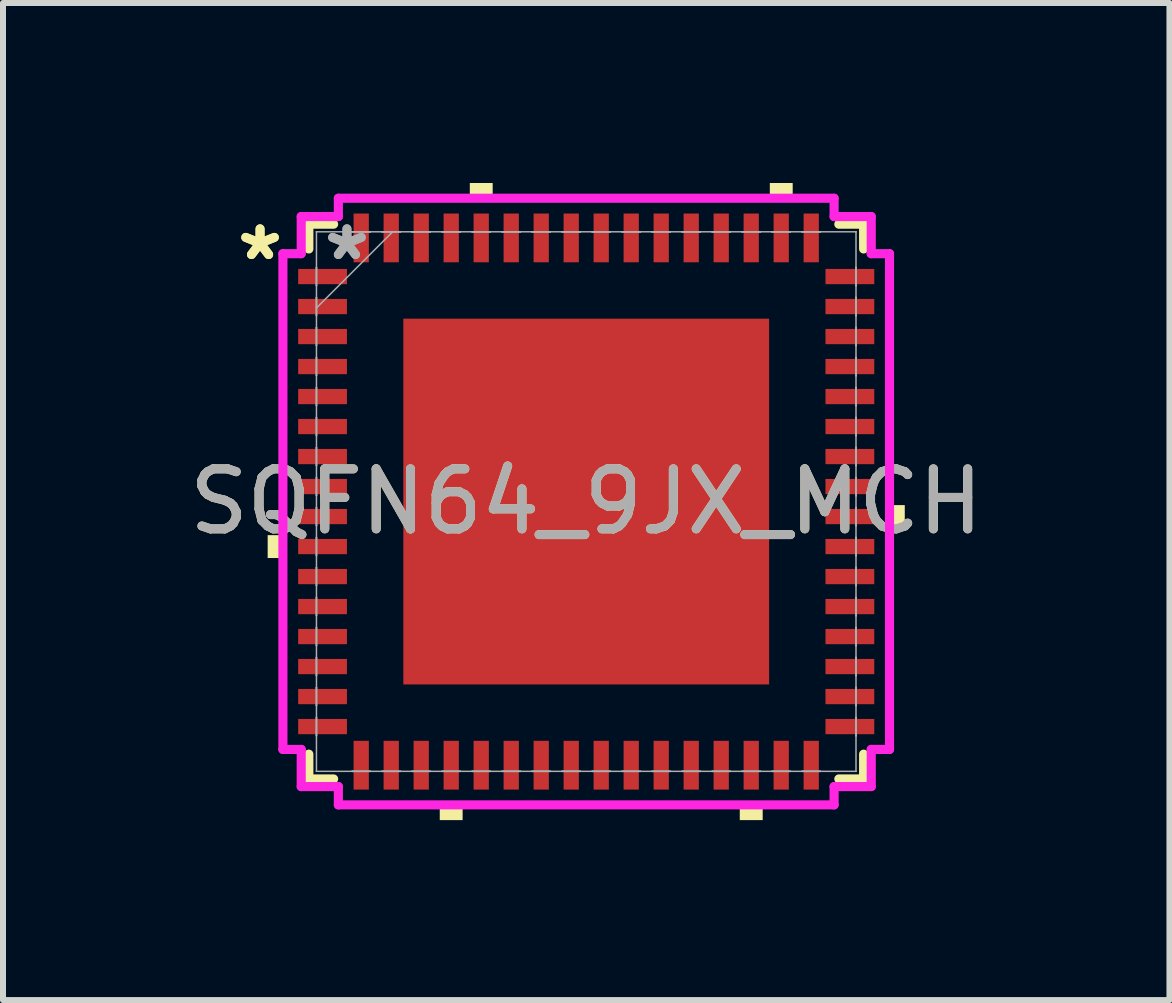
<source format=kicad_pcb>
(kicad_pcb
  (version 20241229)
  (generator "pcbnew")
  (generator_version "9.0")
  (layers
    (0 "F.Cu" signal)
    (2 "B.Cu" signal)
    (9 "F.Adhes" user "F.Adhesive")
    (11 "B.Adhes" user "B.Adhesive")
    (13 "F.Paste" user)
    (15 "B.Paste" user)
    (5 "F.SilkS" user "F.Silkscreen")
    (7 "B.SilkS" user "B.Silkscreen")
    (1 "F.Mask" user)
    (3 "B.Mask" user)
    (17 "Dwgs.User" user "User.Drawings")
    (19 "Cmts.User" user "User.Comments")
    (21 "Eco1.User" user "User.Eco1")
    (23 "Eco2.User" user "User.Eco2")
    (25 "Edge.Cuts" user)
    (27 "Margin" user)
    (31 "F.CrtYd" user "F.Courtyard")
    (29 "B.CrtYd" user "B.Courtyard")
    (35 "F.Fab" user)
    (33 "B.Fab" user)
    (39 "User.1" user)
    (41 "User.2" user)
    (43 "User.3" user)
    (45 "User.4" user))
  (footprint "SQFN64_9JX_MCH"
    (layer "F.Cu")
    (at 6.72 5.309)
    (property "Reference" "SQFN64_9JX_MCH" (at 0 0 0) (unlocked yes) (layer "F.SilkS") (effects (font (size 1 1) (thickness 0.15))))
    (attr smd)
    (fp_line (start -4.623 -4.623) (end -4.623 -4.21) (stroke (width 0.152) (type solid)) (layer "F.SilkS"))
    (fp_line (start -4.623 4.21) (end -4.623 4.623) (stroke (width 0.152) (type solid)) (layer "F.SilkS"))
    (fp_line (start -4.623 4.623) (end -4.21 4.623) (stroke (width 0.152) (type solid)) (layer "F.SilkS"))
    (fp_line (start -4.21 -4.623) (end -4.623 -4.623) (stroke (width 0.152) (type solid)) (layer "F.SilkS"))
    (fp_line (start 4.21 4.623) (end 4.623 4.623) (stroke (width 0.152) (type solid)) (layer "F.SilkS"))
    (fp_line (start 4.623 -4.623) (end 4.21 -4.623) (stroke (width 0.152) (type solid)) (layer "F.SilkS"))
    (fp_line (start 4.623 -4.21) (end 4.623 -4.623) (stroke (width 0.152) (type solid)) (layer "F.SilkS"))
    (fp_line (start 4.623 4.623) (end 4.623 4.21) (stroke (width 0.152) (type solid)) (layer "F.SilkS"))
    (fp_poly (pts (xy -5.309 0.56) (xy -5.309 0.941) (xy -5.055 0.941) (xy -5.055 0.56)) (stroke (width 0) (type solid)) (fill yes) (layer "F.SilkS"))
    (fp_poly (pts (xy -2.441 5.055) (xy -2.441 5.309) (xy -2.06 5.309) (xy -2.06 5.055)) (stroke (width 0) (type solid)) (fill yes) (layer "F.SilkS"))
    (fp_poly (pts (xy -1.94 -5.055) (xy -1.94 -5.309) (xy -1.559 -5.309) (xy -1.559 -5.055)) (stroke (width 0) (type solid)) (fill yes) (layer "F.SilkS"))
    (fp_poly (pts (xy 2.559 5.055) (xy 2.559 5.309) (xy 2.941 5.309) (xy 2.941 5.055)) (stroke (width 0) (type solid)) (fill yes) (layer "F.SilkS"))
    (fp_poly (pts (xy 3.06 -5.055) (xy 3.06 -5.309) (xy 3.441 -5.309) (xy 3.441 -5.055)) (stroke (width 0) (type solid)) (fill yes) (layer "F.SilkS"))
    (fp_poly (pts (xy 5.309 0.059) (xy 5.309 0.441) (xy 5.055 0.441) (xy 5.055 0.059)) (stroke (width 0) (type solid)) (fill yes) (layer "F.SilkS"))
    (fp_poly (pts (xy -2.948 -2.948) (xy -2.948 -1.624) (xy -1.624 -1.624) (xy -1.624 -2.948)) (stroke (width 0) (type solid)) (fill yes) (layer "F.Paste"))
    (fp_poly (pts (xy -2.948 -1.424) (xy -2.948 -0.1) (xy -1.624 -0.1) (xy -1.624 -1.424)) (stroke (width 0) (type solid)) (fill yes) (layer "F.Paste"))
    (fp_poly (pts (xy -2.948 0.1) (xy -2.948 1.424) (xy -1.624 1.424) (xy -1.624 0.1)) (stroke (width 0) (type solid)) (fill yes) (layer "F.Paste"))
    (fp_poly (pts (xy -2.948 1.624) (xy -2.948 2.948) (xy -1.624 2.948) (xy -1.624 1.624)) (stroke (width 0) (type solid)) (fill yes) (layer "F.Paste"))
    (fp_poly (pts (xy -1.424 -2.948) (xy -1.424 -1.624) (xy -0.1 -1.624) (xy -0.1 -2.948)) (stroke (width 0) (type solid)) (fill yes) (layer "F.Paste"))
    (fp_poly (pts (xy -1.424 -1.424) (xy -1.424 -0.1) (xy -0.1 -0.1) (xy -0.1 -1.424)) (stroke (width 0) (type solid)) (fill yes) (layer "F.Paste"))
    (fp_poly (pts (xy -1.424 0.1) (xy -1.424 1.424) (xy -0.1 1.424) (xy -0.1 0.1)) (stroke (width 0) (type solid)) (fill yes) (layer "F.Paste"))
    (fp_poly (pts (xy -1.424 1.624) (xy -1.424 2.948) (xy -0.1 2.948) (xy -0.1 1.624)) (stroke (width 0) (type solid)) (fill yes) (layer "F.Paste"))
    (fp_poly (pts (xy 0.1 -2.948) (xy 0.1 -1.624) (xy 1.424 -1.624) (xy 1.424 -2.948)) (stroke (width 0) (type solid)) (fill yes) (layer "F.Paste"))
    (fp_poly (pts (xy 0.1 -1.424) (xy 0.1 -0.1) (xy 1.424 -0.1) (xy 1.424 -1.424)) (stroke (width 0) (type solid)) (fill yes) (layer "F.Paste"))
    (fp_poly (pts (xy 0.1 0.1) (xy 0.1 1.424) (xy 1.424 1.424) (xy 1.424 0.1)) (stroke (width 0) (type solid)) (fill yes) (layer "F.Paste"))
    (fp_poly (pts (xy 0.1 1.624) (xy 0.1 2.948) (xy 1.424 2.948) (xy 1.424 1.624)) (stroke (width 0) (type solid)) (fill yes) (layer "F.Paste"))
    (fp_poly (pts (xy 1.624 -2.948) (xy 1.624 -1.624) (xy 2.948 -1.624) (xy 2.948 -2.948)) (stroke (width 0) (type solid)) (fill yes) (layer "F.Paste"))
    (fp_poly (pts (xy 1.624 -1.424) (xy 1.624 -0.1) (xy 2.948 -0.1) (xy 2.948 -1.424)) (stroke (width 0) (type solid)) (fill yes) (layer "F.Paste"))
    (fp_poly (pts (xy 1.624 0.1) (xy 1.624 1.424) (xy 2.948 1.424) (xy 2.948 0.1)) (stroke (width 0) (type solid)) (fill yes) (layer "F.Paste"))
    (fp_poly (pts (xy 1.624 1.624) (xy 1.624 2.948) (xy 2.948 2.948) (xy 2.948 1.624)) (stroke (width 0) (type solid)) (fill yes) (layer "F.Paste"))
    (fp_line (start -5.055 -4.131) (end -4.75 -4.131) (stroke (width 0.152) (type solid)) (layer "F.CrtYd"))
    (fp_line (start -5.055 4.131) (end -5.055 -4.131) (stroke (width 0.152) (type solid)) (layer "F.CrtYd"))
    (fp_line (start -4.75 -4.75) (end -4.131 -4.75) (stroke (width 0.152) (type solid)) (layer "F.CrtYd"))
    (fp_line (start -4.75 -4.131) (end -4.75 -4.75) (stroke (width 0.152) (type solid)) (layer "F.CrtYd"))
    (fp_line (start -4.75 4.131) (end -5.055 4.131) (stroke (width 0.152) (type solid)) (layer "F.CrtYd"))
    (fp_line (start -4.75 4.75) (end -4.75 4.131) (stroke (width 0.152) (type solid)) (layer "F.CrtYd"))
    (fp_line (start -4.131 -5.055) (end 4.131 -5.055) (stroke (width 0.152) (type solid)) (layer "F.CrtYd"))
    (fp_line (start -4.131 -4.75) (end -4.131 -5.055) (stroke (width 0.152) (type solid)) (layer "F.CrtYd"))
    (fp_line (start -4.131 4.75) (end -4.75 4.75) (stroke (width 0.152) (type solid)) (layer "F.CrtYd"))
    (fp_line (start -4.131 5.055) (end -4.131 4.75) (stroke (width 0.152) (type solid)) (layer "F.CrtYd"))
    (fp_line (start 4.131 -5.055) (end 4.131 -4.75) (stroke (width 0.152) (type solid)) (layer "F.CrtYd"))
    (fp_line (start 4.131 -4.75) (end 4.75 -4.75) (stroke (width 0.152) (type solid)) (layer "F.CrtYd"))
    (fp_line (start 4.131 4.75) (end 4.131 5.055) (stroke (width 0.152) (type solid)) (layer "F.CrtYd"))
    (fp_line (start 4.131 5.055) (end -4.131 5.055) (stroke (width 0.152) (type solid)) (layer "F.CrtYd"))
    (fp_line (start 4.75 -4.75) (end 4.75 -4.131) (stroke (width 0.152) (type solid)) (layer "F.CrtYd"))
    (fp_line (start 4.75 -4.131) (end 5.055 -4.131) (stroke (width 0.152) (type solid)) (layer "F.CrtYd"))
    (fp_line (start 4.75 4.131) (end 4.75 4.75) (stroke (width 0.152) (type solid)) (layer "F.CrtYd"))
    (fp_line (start 4.75 4.75) (end 4.131 4.75) (stroke (width 0.152) (type solid)) (layer "F.CrtYd"))
    (fp_line (start 5.055 -4.131) (end 5.055 4.131) (stroke (width 0.152) (type solid)) (layer "F.CrtYd"))
    (fp_line (start 5.055 4.131) (end 4.75 4.131) (stroke (width 0.152) (type solid)) (layer "F.CrtYd"))
    (fp_line (start -4.496 -4.496) (end -4.496 -4.496) (stroke (width 0.025) (type solid)) (layer "F.Fab"))
    (fp_line (start -4.496 -4.496) (end -4.496 4.496) (stroke (width 0.025) (type solid)) (layer "F.Fab"))
    (fp_line (start -4.496 -3.902) (end -4.496 -3.902) (stroke (width 0.025) (type solid)) (layer "F.Fab"))
    (fp_line (start -4.496 -3.902) (end -4.496 -3.598) (stroke (width 0.025) (type solid)) (layer "F.Fab"))
    (fp_line (start -4.496 -3.598) (end -4.496 -3.902) (stroke (width 0.025) (type solid)) (layer "F.Fab"))
    (fp_line (start -4.496 -3.598) (end -4.496 -3.598) (stroke (width 0.025) (type solid)) (layer "F.Fab"))
    (fp_line (start -4.496 -3.402) (end -4.496 -3.402) (stroke (width 0.025) (type solid)) (layer "F.Fab"))
    (fp_line (start -4.496 -3.402) (end -4.496 -3.098) (stroke (width 0.025) (type solid)) (layer "F.Fab"))
    (fp_line (start -4.496 -3.226) (end -3.226 -4.496) (stroke (width 0.025) (type solid)) (layer "F.Fab"))
    (fp_line (start -4.496 -3.098) (end -4.496 -3.402) (stroke (width 0.025) (type solid)) (layer "F.Fab"))
    (fp_line (start -4.496 -3.098) (end -4.496 -3.098) (stroke (width 0.025) (type solid)) (layer "F.Fab"))
    (fp_line (start -4.496 -2.902) (end -4.496 -2.902) (stroke (width 0.025) (type solid)) (layer "F.Fab"))
    (fp_line (start -4.496 -2.902) (end -4.496 -2.598) (stroke (width 0.025) (type solid)) (layer "F.Fab"))
    (fp_line (start -4.496 -2.598) (end -4.496 -2.902) (stroke (width 0.025) (type solid)) (layer "F.Fab"))
    (fp_line (start -4.496 -2.598) (end -4.496 -2.598) (stroke (width 0.025) (type solid)) (layer "F.Fab"))
    (fp_line (start -4.496 -2.402) (end -4.496 -2.402) (stroke (width 0.025) (type solid)) (layer "F.Fab"))
    (fp_line (start -4.496 -2.402) (end -4.496 -2.098) (stroke (width 0.025) (type solid)) (layer "F.Fab"))
    (fp_line (start -4.496 -2.098) (end -4.496 -2.402) (stroke (width 0.025) (type solid)) (layer "F.Fab"))
    (fp_line (start -4.496 -2.098) (end -4.496 -2.098) (stroke (width 0.025) (type solid)) (layer "F.Fab"))
    (fp_line (start -4.496 -1.902) (end -4.496 -1.902) (stroke (width 0.025) (type solid)) (layer "F.Fab"))
    (fp_line (start -4.496 -1.902) (end -4.496 -1.598) (stroke (width 0.025) (type solid)) (layer "F.Fab"))
    (fp_line (start -4.496 -1.598) (end -4.496 -1.902) (stroke (width 0.025) (type solid)) (layer "F.Fab"))
    (fp_line (start -4.496 -1.598) (end -4.496 -1.598) (stroke (width 0.025) (type solid)) (layer "F.Fab"))
    (fp_line (start -4.496 -1.402) (end -4.496 -1.402) (stroke (width 0.025) (type solid)) (layer "F.Fab"))
    (fp_line (start -4.496 -1.402) (end -4.496 -1.098) (stroke (width 0.025) (type solid)) (layer "F.Fab"))
    (fp_line (start -4.496 -1.098) (end -4.496 -1.402) (stroke (width 0.025) (type solid)) (layer "F.Fab"))
    (fp_line (start -4.496 -1.098) (end -4.496 -1.098) (stroke (width 0.025) (type solid)) (layer "F.Fab"))
    (fp_line (start -4.496 -0.902) (end -4.496 -0.902) (stroke (width 0.025) (type solid)) (layer "F.Fab"))
    (fp_line (start -4.496 -0.902) (end -4.496 -0.598) (stroke (width 0.025) (type solid)) (layer "F.Fab"))
    (fp_line (start -4.496 -0.598) (end -4.496 -0.902) (stroke (width 0.025) (type solid)) (layer "F.Fab"))
    (fp_line (start -4.496 -0.598) (end -4.496 -0.598) (stroke (width 0.025) (type solid)) (layer "F.Fab"))
    (fp_line (start -4.496 -0.402) (end -4.496 -0.402) (stroke (width 0.025) (type solid)) (layer "F.Fab"))
    (fp_line (start -4.496 -0.402) (end -4.496 -0.098) (stroke (width 0.025) (type solid)) (layer "F.Fab"))
    (fp_line (start -4.496 -0.098) (end -4.496 -0.402) (stroke (width 0.025) (type solid)) (layer "F.Fab"))
    (fp_line (start -4.496 -0.098) (end -4.496 -0.098) (stroke (width 0.025) (type solid)) (layer "F.Fab"))
    (fp_line (start -4.496 0.098) (end -4.496 0.098) (stroke (width 0.025) (type solid)) (layer "F.Fab"))
    (fp_line (start -4.496 0.098) (end -4.496 0.402) (stroke (width 0.025) (type solid)) (layer "F.Fab"))
    (fp_line (start -4.496 0.402) (end -4.496 0.098) (stroke (width 0.025) (type solid)) (layer "F.Fab"))
    (fp_line (start -4.496 0.402) (end -4.496 0.402) (stroke (width 0.025) (type solid)) (layer "F.Fab"))
    (fp_line (start -4.496 0.598) (end -4.496 0.598) (stroke (width 0.025) (type solid)) (layer "F.Fab"))
    (fp_line (start -4.496 0.598) (end -4.496 0.902) (stroke (width 0.025) (type solid)) (layer "F.Fab"))
    (fp_line (start -4.496 0.902) (end -4.496 0.598) (stroke (width 0.025) (type solid)) (layer "F.Fab"))
    (fp_line (start -4.496 0.902) (end -4.496 0.902) (stroke (width 0.025) (type solid)) (layer "F.Fab"))
    (fp_line (start -4.496 1.098) (end -4.496 1.098) (stroke (width 0.025) (type solid)) (layer "F.Fab"))
    (fp_line (start -4.496 1.098) (end -4.496 1.402) (stroke (width 0.025) (type solid)) (layer "F.Fab"))
    (fp_line (start -4.496 1.402) (end -4.496 1.098) (stroke (width 0.025) (type solid)) (layer "F.Fab"))
    (fp_line (start -4.496 1.402) (end -4.496 1.402) (stroke (width 0.025) (type solid)) (layer "F.Fab"))
    (fp_line (start -4.496 1.598) (end -4.496 1.598) (stroke (width 0.025) (type solid)) (layer "F.Fab"))
    (fp_line (start -4.496 1.598) (end -4.496 1.902) (stroke (width 0.025) (type solid)) (layer "F.Fab"))
    (fp_line (start -4.496 1.902) (end -4.496 1.598) (stroke (width 0.025) (type solid)) (layer "F.Fab"))
    (fp_line (start -4.496 1.902) (end -4.496 1.902) (stroke (width 0.025) (type solid)) (layer "F.Fab"))
    (fp_line (start -4.496 2.098) (end -4.496 2.098) (stroke (width 0.025) (type solid)) (layer "F.Fab"))
    (fp_line (start -4.496 2.098) (end -4.496 2.402) (stroke (width 0.025) (type solid)) (layer "F.Fab"))
    (fp_line (start -4.496 2.402) (end -4.496 2.098) (stroke (width 0.025) (type solid)) (layer "F.Fab"))
    (fp_line (start -4.496 2.402) (end -4.496 2.402) (stroke (width 0.025) (type solid)) (layer "F.Fab"))
    (fp_line (start -4.496 2.598) (end -4.496 2.598) (stroke (width 0.025) (type solid)) (layer "F.Fab"))
    (fp_line (start -4.496 2.598) (end -4.496 2.902) (stroke (width 0.025) (type solid)) (layer "F.Fab"))
    (fp_line (start -4.496 2.902) (end -4.496 2.598) (stroke (width 0.025) (type solid)) (layer "F.Fab"))
    (fp_line (start -4.496 2.902) (end -4.496 2.902) (stroke (width 0.025) (type solid)) (layer "F.Fab"))
    (fp_line (start -4.496 3.098) (end -4.496 3.098) (stroke (width 0.025) (type solid)) (layer "F.Fab"))
    (fp_line (start -4.496 3.098) (end -4.496 3.402) (stroke (width 0.025) (type solid)) (layer "F.Fab"))
    (fp_line (start -4.496 3.402) (end -4.496 3.098) (stroke (width 0.025) (type solid)) (layer "F.Fab"))
    (fp_line (start -4.496 3.402) (end -4.496 3.402) (stroke (width 0.025) (type solid)) (layer "F.Fab"))
    (fp_line (start -4.496 3.598) (end -4.496 3.598) (stroke (width 0.025) (type solid)) (layer "F.Fab"))
    (fp_line (start -4.496 3.598) (end -4.496 3.902) (stroke (width 0.025) (type solid)) (layer "F.Fab"))
    (fp_line (start -4.496 3.902) (end -4.496 3.598) (stroke (width 0.025) (type solid)) (layer "F.Fab"))
    (fp_line (start -4.496 3.902) (end -4.496 3.902) (stroke (width 0.025) (type solid)) (layer "F.Fab"))
    (fp_line (start -4.496 4.496) (end -4.496 4.496) (stroke (width 0.025) (type solid)) (layer "F.Fab"))
    (fp_line (start -4.496 4.496) (end 4.496 4.496) (stroke (width 0.025) (type solid)) (layer "F.Fab"))
    (fp_line (start -3.902 -4.496) (end -3.902 -4.496) (stroke (width 0.025) (type solid)) (layer "F.Fab"))
    (fp_line (start -3.902 -4.496) (end -3.598 -4.496) (stroke (width 0.025) (type solid)) (layer "F.Fab"))
    (fp_line (start -3.902 4.496) (end -3.902 4.496) (stroke (width 0.025) (type solid)) (layer "F.Fab"))
    (fp_line (start -3.902 4.496) (end -3.598 4.496) (stroke (width 0.025) (type solid)) (layer "F.Fab"))
    (fp_line (start -3.598 -4.496) (end -3.902 -4.496) (stroke (width 0.025) (type solid)) (layer "F.Fab"))
    (fp_line (start -3.598 -4.496) (end -3.598 -4.496) (stroke (width 0.025) (type solid)) (layer "F.Fab"))
    (fp_line (start -3.598 4.496) (end -3.902 4.496) (stroke (width 0.025) (type solid)) (layer "F.Fab"))
    (fp_line (start -3.598 4.496) (end -3.598 4.496) (stroke (width 0.025) (type solid)) (layer "F.Fab"))
    (fp_line (start -3.402 -4.496) (end -3.402 -4.496) (stroke (width 0.025) (type solid)) (layer "F.Fab"))
    (fp_line (start -3.402 -4.496) (end -3.098 -4.496) (stroke (width 0.025) (type solid)) (layer "F.Fab"))
    (fp_line (start -3.402 4.496) (end -3.402 4.496) (stroke (width 0.025) (type solid)) (layer "F.Fab"))
    (fp_line (start -3.402 4.496) (end -3.098 4.496) (stroke (width 0.025) (type solid)) (layer "F.Fab"))
    (fp_line (start -3.098 -4.496) (end -3.402 -4.496) (stroke (width 0.025) (type solid)) (layer "F.Fab"))
    (fp_line (start -3.098 -4.496) (end -3.098 -4.496) (stroke (width 0.025) (type solid)) (layer "F.Fab"))
    (fp_line (start -3.098 4.496) (end -3.402 4.496) (stroke (width 0.025) (type solid)) (layer "F.Fab"))
    (fp_line (start -3.098 4.496) (end -3.098 4.496) (stroke (width 0.025) (type solid)) (layer "F.Fab"))
    (fp_line (start -2.902 -4.496) (end -2.902 -4.496) (stroke (width 0.025) (type solid)) (layer "F.Fab"))
    (fp_line (start -2.902 -4.496) (end -2.598 -4.496) (stroke (width 0.025) (type solid)) (layer "F.Fab"))
    (fp_line (start -2.902 4.496) (end -2.902 4.496) (stroke (width 0.025) (type solid)) (layer "F.Fab"))
    (fp_line (start -2.902 4.496) (end -2.598 4.496) (stroke (width 0.025) (type solid)) (layer "F.Fab"))
    (fp_line (start -2.598 -4.496) (end -2.902 -4.496) (stroke (width 0.025) (type solid)) (layer "F.Fab"))
    (fp_line (start -2.598 -4.496) (end -2.598 -4.496) (stroke (width 0.025) (type solid)) (layer "F.Fab"))
    (fp_line (start -2.598 4.496) (end -2.902 4.496) (stroke (width 0.025) (type solid)) (layer "F.Fab"))
    (fp_line (start -2.598 4.496) (end -2.598 4.496) (stroke (width 0.025) (type solid)) (layer "F.Fab"))
    (fp_line (start -2.402 -4.496) (end -2.402 -4.496) (stroke (width 0.025) (type solid)) (layer "F.Fab"))
    (fp_line (start -2.402 -4.496) (end -2.098 -4.496) (stroke (width 0.025) (type solid)) (layer "F.Fab"))
    (fp_line (start -2.402 4.496) (end -2.402 4.496) (stroke (width 0.025) (type solid)) (layer "F.Fab"))
    (fp_line (start -2.402 4.496) (end -2.098 4.496) (stroke (width 0.025) (type solid)) (layer "F.Fab"))
    (fp_line (start -2.098 -4.496) (end -2.402 -4.496) (stroke (width 0.025) (type solid)) (layer "F.Fab"))
    (fp_line (start -2.098 -4.496) (end -2.098 -4.496) (stroke (width 0.025) (type solid)) (layer "F.Fab"))
    (fp_line (start -2.098 4.496) (end -2.402 4.496) (stroke (width 0.025) (type solid)) (layer "F.Fab"))
    (fp_line (start -2.098 4.496) (end -2.098 4.496) (stroke (width 0.025) (type solid)) (layer "F.Fab"))
    (fp_line (start -1.902 -4.496) (end -1.902 -4.496) (stroke (width 0.025) (type solid)) (layer "F.Fab"))
    (fp_line (start -1.902 -4.496) (end -1.598 -4.496) (stroke (width 0.025) (type solid)) (layer "F.Fab"))
    (fp_line (start -1.902 4.496) (end -1.902 4.496) (stroke (width 0.025) (type solid)) (layer "F.Fab"))
    (fp_line (start -1.902 4.496) (end -1.598 4.496) (stroke (width 0.025) (type solid)) (layer "F.Fab"))
    (fp_line (start -1.598 -4.496) (end -1.902 -4.496) (stroke (width 0.025) (type solid)) (layer "F.Fab"))
    (fp_line (start -1.598 -4.496) (end -1.598 -4.496) (stroke (width 0.025) (type solid)) (layer "F.Fab"))
    (fp_line (start -1.598 4.496) (end -1.902 4.496) (stroke (width 0.025) (type solid)) (layer "F.Fab"))
    (fp_line (start -1.598 4.496) (end -1.598 4.496) (stroke (width 0.025) (type solid)) (layer "F.Fab"))
    (fp_line (start -1.402 -4.496) (end -1.402 -4.496) (stroke (width 0.025) (type solid)) (layer "F.Fab"))
    (fp_line (start -1.402 -4.496) (end -1.098 -4.496) (stroke (width 0.025) (type solid)) (layer "F.Fab"))
    (fp_line (start -1.402 4.496) (end -1.402 4.496) (stroke (width 0.025) (type solid)) (layer "F.Fab"))
    (fp_line (start -1.402 4.496) (end -1.098 4.496) (stroke (width 0.025) (type solid)) (layer "F.Fab"))
    (fp_line (start -1.098 -4.496) (end -1.402 -4.496) (stroke (width 0.025) (type solid)) (layer "F.Fab"))
    (fp_line (start -1.098 -4.496) (end -1.098 -4.496) (stroke (width 0.025) (type solid)) (layer "F.Fab"))
    (fp_line (start -1.098 4.496) (end -1.402 4.496) (stroke (width 0.025) (type solid)) (layer "F.Fab"))
    (fp_line (start -1.098 4.496) (end -1.098 4.496) (stroke (width 0.025) (type solid)) (layer "F.Fab"))
    (fp_line (start -0.902 -4.496) (end -0.902 -4.496) (stroke (width 0.025) (type solid)) (layer "F.Fab"))
    (fp_line (start -0.902 -4.496) (end -0.598 -4.496) (stroke (width 0.025) (type solid)) (layer "F.Fab"))
    (fp_line (start -0.902 4.496) (end -0.902 4.496) (stroke (width 0.025) (type solid)) (layer "F.Fab"))
    (fp_line (start -0.902 4.496) (end -0.598 4.496) (stroke (width 0.025) (type solid)) (layer "F.Fab"))
    (fp_line (start -0.598 -4.496) (end -0.902 -4.496) (stroke (width 0.025) (type solid)) (layer "F.Fab"))
    (fp_line (start -0.598 -4.496) (end -0.598 -4.496) (stroke (width 0.025) (type solid)) (layer "F.Fab"))
    (fp_line (start -0.598 4.496) (end -0.902 4.496) (stroke (width 0.025) (type solid)) (layer "F.Fab"))
    (fp_line (start -0.598 4.496) (end -0.598 4.496) (stroke (width 0.025) (type solid)) (layer "F.Fab"))
    (fp_line (start -0.402 -4.496) (end -0.402 -4.496) (stroke (width 0.025) (type solid)) (layer "F.Fab"))
    (fp_line (start -0.402 -4.496) (end -0.098 -4.496) (stroke (width 0.025) (type solid)) (layer "F.Fab"))
    (fp_line (start -0.402 4.496) (end -0.402 4.496) (stroke (width 0.025) (type solid)) (layer "F.Fab"))
    (fp_line (start -0.402 4.496) (end -0.098 4.496) (stroke (width 0.025) (type solid)) (layer "F.Fab"))
    (fp_line (start -0.098 -4.496) (end -0.402 -4.496) (stroke (width 0.025) (type solid)) (layer "F.Fab"))
    (fp_line (start -0.098 -4.496) (end -0.098 -4.496) (stroke (width 0.025) (type solid)) (layer "F.Fab"))
    (fp_line (start -0.098 4.496) (end -0.402 4.496) (stroke (width 0.025) (type solid)) (layer "F.Fab"))
    (fp_line (start -0.098 4.496) (end -0.098 4.496) (stroke (width 0.025) (type solid)) (layer "F.Fab"))
    (fp_line (start 0.098 -4.496) (end 0.098 -4.496) (stroke (width 0.025) (type solid)) (layer "F.Fab"))
    (fp_line (start 0.098 -4.496) (end 0.402 -4.496) (stroke (width 0.025) (type solid)) (layer "F.Fab"))
    (fp_line (start 0.098 4.496) (end 0.098 4.496) (stroke (width 0.025) (type solid)) (layer "F.Fab"))
    (fp_line (start 0.098 4.496) (end 0.402 4.496) (stroke (width 0.025) (type solid)) (layer "F.Fab"))
    (fp_line (start 0.402 -4.496) (end 0.098 -4.496) (stroke (width 0.025) (type solid)) (layer "F.Fab"))
    (fp_line (start 0.402 -4.496) (end 0.402 -4.496) (stroke (width 0.025) (type solid)) (layer "F.Fab"))
    (fp_line (start 0.402 4.496) (end 0.098 4.496) (stroke (width 0.025) (type solid)) (layer "F.Fab"))
    (fp_line (start 0.402 4.496) (end 0.402 4.496) (stroke (width 0.025) (type solid)) (layer "F.Fab"))
    (fp_line (start 0.598 -4.496) (end 0.598 -4.496) (stroke (width 0.025) (type solid)) (layer "F.Fab"))
    (fp_line (start 0.598 -4.496) (end 0.902 -4.496) (stroke (width 0.025) (type solid)) (layer "F.Fab"))
    (fp_line (start 0.598 4.496) (end 0.598 4.496) (stroke (width 0.025) (type solid)) (layer "F.Fab"))
    (fp_line (start 0.598 4.496) (end 0.902 4.496) (stroke (width 0.025) (type solid)) (layer "F.Fab"))
    (fp_line (start 0.902 -4.496) (end 0.598 -4.496) (stroke (width 0.025) (type solid)) (layer "F.Fab"))
    (fp_line (start 0.902 -4.496) (end 0.902 -4.496) (stroke (width 0.025) (type solid)) (layer "F.Fab"))
    (fp_line (start 0.902 4.496) (end 0.598 4.496) (stroke (width 0.025) (type solid)) (layer "F.Fab"))
    (fp_line (start 0.902 4.496) (end 0.902 4.496) (stroke (width 0.025) (type solid)) (layer "F.Fab"))
    (fp_line (start 1.098 -4.496) (end 1.098 -4.496) (stroke (width 0.025) (type solid)) (layer "F.Fab"))
    (fp_line (start 1.098 -4.496) (end 1.402 -4.496) (stroke (width 0.025) (type solid)) (layer "F.Fab"))
    (fp_line (start 1.098 4.496) (end 1.098 4.496) (stroke (width 0.025) (type solid)) (layer "F.Fab"))
    (fp_line (start 1.098 4.496) (end 1.402 4.496) (stroke (width 0.025) (type solid)) (layer "F.Fab"))
    (fp_line (start 1.402 -4.496) (end 1.098 -4.496) (stroke (width 0.025) (type solid)) (layer "F.Fab"))
    (fp_line (start 1.402 -4.496) (end 1.402 -4.496) (stroke (width 0.025) (type solid)) (layer "F.Fab"))
    (fp_line (start 1.402 4.496) (end 1.098 4.496) (stroke (width 0.025) (type solid)) (layer "F.Fab"))
    (fp_line (start 1.402 4.496) (end 1.402 4.496) (stroke (width 0.025) (type solid)) (layer "F.Fab"))
    (fp_line (start 1.598 -4.496) (end 1.598 -4.496) (stroke (width 0.025) (type solid)) (layer "F.Fab"))
    (fp_line (start 1.598 -4.496) (end 1.902 -4.496) (stroke (width 0.025) (type solid)) (layer "F.Fab"))
    (fp_line (start 1.598 4.496) (end 1.598 4.496) (stroke (width 0.025) (type solid)) (layer "F.Fab"))
    (fp_line (start 1.598 4.496) (end 1.902 4.496) (stroke (width 0.025) (type solid)) (layer "F.Fab"))
    (fp_line (start 1.902 -4.496) (end 1.598 -4.496) (stroke (width 0.025) (type solid)) (layer "F.Fab"))
    (fp_line (start 1.902 -4.496) (end 1.902 -4.496) (stroke (width 0.025) (type solid)) (layer "F.Fab"))
    (fp_line (start 1.902 4.496) (end 1.598 4.496) (stroke (width 0.025) (type solid)) (layer "F.Fab"))
    (fp_line (start 1.902 4.496) (end 1.902 4.496) (stroke (width 0.025) (type solid)) (layer "F.Fab"))
    (fp_line (start 2.098 -4.496) (end 2.098 -4.496) (stroke (width 0.025) (type solid)) (layer "F.Fab"))
    (fp_line (start 2.098 -4.496) (end 2.402 -4.496) (stroke (width 0.025) (type solid)) (layer "F.Fab"))
    (fp_line (start 2.098 4.496) (end 2.098 4.496) (stroke (width 0.025) (type solid)) (layer "F.Fab"))
    (fp_line (start 2.098 4.496) (end 2.402 4.496) (stroke (width 0.025) (type solid)) (layer "F.Fab"))
    (fp_line (start 2.402 -4.496) (end 2.098 -4.496) (stroke (width 0.025) (type solid)) (layer "F.Fab"))
    (fp_line (start 2.402 -4.496) (end 2.402 -4.496) (stroke (width 0.025) (type solid)) (layer "F.Fab"))
    (fp_line (start 2.402 4.496) (end 2.098 4.496) (stroke (width 0.025) (type solid)) (layer "F.Fab"))
    (fp_line (start 2.402 4.496) (end 2.402 4.496) (stroke (width 0.025) (type solid)) (layer "F.Fab"))
    (fp_line (start 2.598 -4.496) (end 2.598 -4.496) (stroke (width 0.025) (type solid)) (layer "F.Fab"))
    (fp_line (start 2.598 -4.496) (end 2.902 -4.496) (stroke (width 0.025) (type solid)) (layer "F.Fab"))
    (fp_line (start 2.598 4.496) (end 2.598 4.496) (stroke (width 0.025) (type solid)) (layer "F.Fab"))
    (fp_line (start 2.598 4.496) (end 2.902 4.496) (stroke (width 0.025) (type solid)) (layer "F.Fab"))
    (fp_line (start 2.902 -4.496) (end 2.598 -4.496) (stroke (width 0.025) (type solid)) (layer "F.Fab"))
    (fp_line (start 2.902 -4.496) (end 2.902 -4.496) (stroke (width 0.025) (type solid)) (layer "F.Fab"))
    (fp_line (start 2.902 4.496) (end 2.598 4.496) (stroke (width 0.025) (type solid)) (layer "F.Fab"))
    (fp_line (start 2.902 4.496) (end 2.902 4.496) (stroke (width 0.025) (type solid)) (layer "F.Fab"))
    (fp_line (start 3.098 -4.496) (end 3.098 -4.496) (stroke (width 0.025) (type solid)) (layer "F.Fab"))
    (fp_line (start 3.098 -4.496) (end 3.402 -4.496) (stroke (width 0.025) (type solid)) (layer "F.Fab"))
    (fp_line (start 3.098 4.496) (end 3.098 4.496) (stroke (width 0.025) (type solid)) (layer "F.Fab"))
    (fp_line (start 3.098 4.496) (end 3.402 4.496) (stroke (width 0.025) (type solid)) (layer "F.Fab"))
    (fp_line (start 3.402 -4.496) (end 3.098 -4.496) (stroke (width 0.025) (type solid)) (layer "F.Fab"))
    (fp_line (start 3.402 -4.496) (end 3.402 -4.496) (stroke (width 0.025) (type solid)) (layer "F.Fab"))
    (fp_line (start 3.402 4.496) (end 3.098 4.496) (stroke (width 0.025) (type solid)) (layer "F.Fab"))
    (fp_line (start 3.402 4.496) (end 3.402 4.496) (stroke (width 0.025) (type solid)) (layer "F.Fab"))
    (fp_line (start 3.598 -4.496) (end 3.598 -4.496) (stroke (width 0.025) (type solid)) (layer "F.Fab"))
    (fp_line (start 3.598 -4.496) (end 3.902 -4.496) (stroke (width 0.025) (type solid)) (layer "F.Fab"))
    (fp_line (start 3.598 4.496) (end 3.598 4.496) (stroke (width 0.025) (type solid)) (layer "F.Fab"))
    (fp_line (start 3.598 4.496) (end 3.902 4.496) (stroke (width 0.025) (type solid)) (layer "F.Fab"))
    (fp_line (start 3.902 -4.496) (end 3.598 -4.496) (stroke (width 0.025) (type solid)) (layer "F.Fab"))
    (fp_line (start 3.902 -4.496) (end 3.902 -4.496) (stroke (width 0.025) (type solid)) (layer "F.Fab"))
    (fp_line (start 3.902 4.496) (end 3.598 4.496) (stroke (width 0.025) (type solid)) (layer "F.Fab"))
    (fp_line (start 3.902 4.496) (end 3.902 4.496) (stroke (width 0.025) (type solid)) (layer "F.Fab"))
    (fp_line (start 4.496 -4.496) (end -4.496 -4.496) (stroke (width 0.025) (type solid)) (layer "F.Fab"))
    (fp_line (start 4.496 -4.496) (end 4.496 -4.496) (stroke (width 0.025) (type solid)) (layer "F.Fab"))
    (fp_line (start 4.496 -3.902) (end 4.496 -3.902) (stroke (width 0.025) (type solid)) (layer "F.Fab"))
    (fp_line (start 4.496 -3.902) (end 4.496 -3.598) (stroke (width 0.025) (type solid)) (layer "F.Fab"))
    (fp_line (start 4.496 -3.598) (end 4.496 -3.902) (stroke (width 0.025) (type solid)) (layer "F.Fab"))
    (fp_line (start 4.496 -3.598) (end 4.496 -3.598) (stroke (width 0.025) (type solid)) (layer "F.Fab"))
    (fp_line (start 4.496 -3.402) (end 4.496 -3.402) (stroke (width 0.025) (type solid)) (layer "F.Fab"))
    (fp_line (start 4.496 -3.402) (end 4.496 -3.098) (stroke (width 0.025) (type solid)) (layer "F.Fab"))
    (fp_line (start 4.496 -3.098) (end 4.496 -3.402) (stroke (width 0.025) (type solid)) (layer "F.Fab"))
    (fp_line (start 4.496 -3.098) (end 4.496 -3.098) (stroke (width 0.025) (type solid)) (layer "F.Fab"))
    (fp_line (start 4.496 -2.902) (end 4.496 -2.902) (stroke (width 0.025) (type solid)) (layer "F.Fab"))
    (fp_line (start 4.496 -2.902) (end 4.496 -2.598) (stroke (width 0.025) (type solid)) (layer "F.Fab"))
    (fp_line (start 4.496 -2.598) (end 4.496 -2.902) (stroke (width 0.025) (type solid)) (layer "F.Fab"))
    (fp_line (start 4.496 -2.598) (end 4.496 -2.598) (stroke (width 0.025) (type solid)) (layer "F.Fab"))
    (fp_line (start 4.496 -2.402) (end 4.496 -2.402) (stroke (width 0.025) (type solid)) (layer "F.Fab"))
    (fp_line (start 4.496 -2.402) (end 4.496 -2.098) (stroke (width 0.025) (type solid)) (layer "F.Fab"))
    (fp_line (start 4.496 -2.098) (end 4.496 -2.402) (stroke (width 0.025) (type solid)) (layer "F.Fab"))
    (fp_line (start 4.496 -2.098) (end 4.496 -2.098) (stroke (width 0.025) (type solid)) (layer "F.Fab"))
    (fp_line (start 4.496 -1.902) (end 4.496 -1.902) (stroke (width 0.025) (type solid)) (layer "F.Fab"))
    (fp_line (start 4.496 -1.902) (end 4.496 -1.598) (stroke (width 0.025) (type solid)) (layer "F.Fab"))
    (fp_line (start 4.496 -1.598) (end 4.496 -1.902) (stroke (width 0.025) (type solid)) (layer "F.Fab"))
    (fp_line (start 4.496 -1.598) (end 4.496 -1.598) (stroke (width 0.025) (type solid)) (layer "F.Fab"))
    (fp_line (start 4.496 -1.402) (end 4.496 -1.402) (stroke (width 0.025) (type solid)) (layer "F.Fab"))
    (fp_line (start 4.496 -1.402) (end 4.496 -1.098) (stroke (width 0.025) (type solid)) (layer "F.Fab"))
    (fp_line (start 4.496 -1.098) (end 4.496 -1.402) (stroke (width 0.025) (type solid)) (layer "F.Fab"))
    (fp_line (start 4.496 -1.098) (end 4.496 -1.098) (stroke (width 0.025) (type solid)) (layer "F.Fab"))
    (fp_line (start 4.496 -0.902) (end 4.496 -0.902) (stroke (width 0.025) (type solid)) (layer "F.Fab"))
    (fp_line (start 4.496 -0.902) (end 4.496 -0.598) (stroke (width 0.025) (type solid)) (layer "F.Fab"))
    (fp_line (start 4.496 -0.598) (end 4.496 -0.902) (stroke (width 0.025) (type solid)) (layer "F.Fab"))
    (fp_line (start 4.496 -0.598) (end 4.496 -0.598) (stroke (width 0.025) (type solid)) (layer "F.Fab"))
    (fp_line (start 4.496 -0.402) (end 4.496 -0.402) (stroke (width 0.025) (type solid)) (layer "F.Fab"))
    (fp_line (start 4.496 -0.402) (end 4.496 -0.098) (stroke (width 0.025) (type solid)) (layer "F.Fab"))
    (fp_line (start 4.496 -0.098) (end 4.496 -0.402) (stroke (width 0.025) (type solid)) (layer "F.Fab"))
    (fp_line (start 4.496 -0.098) (end 4.496 -0.098) (stroke (width 0.025) (type solid)) (layer "F.Fab"))
    (fp_line (start 4.496 0.098) (end 4.496 0.098) (stroke (width 0.025) (type solid)) (layer "F.Fab"))
    (fp_line (start 4.496 0.098) (end 4.496 0.402) (stroke (width 0.025) (type solid)) (layer "F.Fab"))
    (fp_line (start 4.496 0.402) (end 4.496 0.098) (stroke (width 0.025) (type solid)) (layer "F.Fab"))
    (fp_line (start 4.496 0.402) (end 4.496 0.402) (stroke (width 0.025) (type solid)) (layer "F.Fab"))
    (fp_line (start 4.496 0.598) (end 4.496 0.598) (stroke (width 0.025) (type solid)) (layer "F.Fab"))
    (fp_line (start 4.496 0.598) (end 4.496 0.902) (stroke (width 0.025) (type solid)) (layer "F.Fab"))
    (fp_line (start 4.496 0.902) (end 4.496 0.598) (stroke (width 0.025) (type solid)) (layer "F.Fab"))
    (fp_line (start 4.496 0.902) (end 4.496 0.902) (stroke (width 0.025) (type solid)) (layer "F.Fab"))
    (fp_line (start 4.496 1.098) (end 4.496 1.098) (stroke (width 0.025) (type solid)) (layer "F.Fab"))
    (fp_line (start 4.496 1.098) (end 4.496 1.402) (stroke (width 0.025) (type solid)) (layer "F.Fab"))
    (fp_line (start 4.496 1.402) (end 4.496 1.098) (stroke (width 0.025) (type solid)) (layer "F.Fab"))
    (fp_line (start 4.496 1.402) (end 4.496 1.402) (stroke (width 0.025) (type solid)) (layer "F.Fab"))
    (fp_line (start 4.496 1.598) (end 4.496 1.598) (stroke (width 0.025) (type solid)) (layer "F.Fab"))
    (fp_line (start 4.496 1.598) (end 4.496 1.902) (stroke (width 0.025) (type solid)) (layer "F.Fab"))
    (fp_line (start 4.496 1.902) (end 4.496 1.598) (stroke (width 0.025) (type solid)) (layer "F.Fab"))
    (fp_line (start 4.496 1.902) (end 4.496 1.902) (stroke (width 0.025) (type solid)) (layer "F.Fab"))
    (fp_line (start 4.496 2.098) (end 4.496 2.098) (stroke (width 0.025) (type solid)) (layer "F.Fab"))
    (fp_line (start 4.496 2.098) (end 4.496 2.402) (stroke (width 0.025) (type solid)) (layer "F.Fab"))
    (fp_line (start 4.496 2.402) (end 4.496 2.098) (stroke (width 0.025) (type solid)) (layer "F.Fab"))
    (fp_line (start 4.496 2.402) (end 4.496 2.402) (stroke (width 0.025) (type solid)) (layer "F.Fab"))
    (fp_line (start 4.496 2.598) (end 4.496 2.598) (stroke (width 0.025) (type solid)) (layer "F.Fab"))
    (fp_line (start 4.496 2.598) (end 4.496 2.902) (stroke (width 0.025) (type solid)) (layer "F.Fab"))
    (fp_line (start 4.496 2.902) (end 4.496 2.598) (stroke (width 0.025) (type solid)) (layer "F.Fab"))
    (fp_line (start 4.496 2.902) (end 4.496 2.902) (stroke (width 0.025) (type solid)) (layer "F.Fab"))
    (fp_line (start 4.496 3.098) (end 4.496 3.098) (stroke (width 0.025) (type solid)) (layer "F.Fab"))
    (fp_line (start 4.496 3.098) (end 4.496 3.402) (stroke (width 0.025) (type solid)) (layer "F.Fab"))
    (fp_line (start 4.496 3.402) (end 4.496 3.098) (stroke (width 0.025) (type solid)) (layer "F.Fab"))
    (fp_line (start 4.496 3.402) (end 4.496 3.402) (stroke (width 0.025) (type solid)) (layer "F.Fab"))
    (fp_line (start 4.496 3.598) (end 4.496 3.598) (stroke (width 0.025) (type solid)) (layer "F.Fab"))
    (fp_line (start 4.496 3.598) (end 4.496 3.902) (stroke (width 0.025) (type solid)) (layer "F.Fab"))
    (fp_line (start 4.496 3.902) (end 4.496 3.598) (stroke (width 0.025) (type solid)) (layer "F.Fab"))
    (fp_line (start 4.496 3.902) (end 4.496 3.902) (stroke (width 0.025) (type solid)) (layer "F.Fab"))
    (fp_line (start 4.496 4.496) (end 4.496 -4.496) (stroke (width 0.025) (type solid)) (layer "F.Fab"))
    (fp_line (start 4.496 4.496) (end 4.496 4.496) (stroke (width 0.025) (type solid)) (layer "F.Fab"))
    (fp_text user "*" (at -5.436 -4 0) (unlocked yes) (layer "F.SilkS") (effects (font (size 1 1) (thickness 0.15))))
    (fp_text user "*" (at -5.436 -4 0) (layer "F.SilkS") (effects (font (size 1 1) (thickness 0.15))))
    (fp_text user "${REFERENCE}" (at 0 0 0) (unlocked yes) (layer "F.Fab") (effects (font (size 1 1) (thickness 0.15))))
    (fp_text user "*" (at -3.988 -4 0) (layer "F.Fab") (effects (font (size 1 1) (thickness 0.15))))
    (fp_text user "*" (at -3.988 -4 0) (unlocked yes) (layer "F.Fab") (effects (font (size 1 1) (thickness 0.15))))
    (pad "1" smd rect (at -4.394 -3.75 90) (size 0.254 0.813) (layers "F.Cu" "F.Mask" "F.Paste"))
    (pad "2" smd rect (at -4.394 -3.25 90) (size 0.254 0.813) (layers "F.Cu" "F.Mask" "F.Paste"))
    (pad "3" smd rect (at -4.394 -2.75 90) (size 0.254 0.813) (layers "F.Cu" "F.Mask" "F.Paste"))
    (pad "4" smd rect (at -4.394 -2.25 90) (size 0.254 0.813) (layers "F.Cu" "F.Mask" "F.Paste"))
    (pad "5" smd rect (at -4.394 -1.75 90) (size 0.254 0.813) (layers "F.Cu" "F.Mask" "F.Paste"))
    (pad "6" smd rect (at -4.394 -1.25 90) (size 0.254 0.813) (layers "F.Cu" "F.Mask" "F.Paste"))
    (pad "7" smd rect (at -4.394 -0.75 90) (size 0.254 0.813) (layers "F.Cu" "F.Mask" "F.Paste"))
    (pad "8" smd rect (at -4.394 -0.25 90) (size 0.254 0.813) (layers "F.Cu" "F.Mask" "F.Paste"))
    (pad "9" smd rect (at -4.394 0.25 90) (size 0.254 0.813) (layers "F.Cu" "F.Mask" "F.Paste"))
    (pad "10" smd rect (at -4.394 0.75 90) (size 0.254 0.813) (layers "F.Cu" "F.Mask" "F.Paste"))
    (pad "11" smd rect (at -4.394 1.25 90) (size 0.254 0.813) (layers "F.Cu" "F.Mask" "F.Paste"))
    (pad "12" smd rect (at -4.394 1.75 90) (size 0.254 0.813) (layers "F.Cu" "F.Mask" "F.Paste"))
    (pad "13" smd rect (at -4.394 2.25 90) (size 0.254 0.813) (layers "F.Cu" "F.Mask" "F.Paste"))
    (pad "14" smd rect (at -4.394 2.75 90) (size 0.254 0.813) (layers "F.Cu" "F.Mask" "F.Paste"))
    (pad "15" smd rect (at -4.394 3.25 90) (size 0.254 0.813) (layers "F.Cu" "F.Mask" "F.Paste"))
    (pad "16" smd rect (at -4.394 3.75 90) (size 0.254 0.813) (layers "F.Cu" "F.Mask" "F.Paste"))
    (pad "17" smd rect (at -3.75 4.394) (size 0.254 0.813) (layers "F.Cu" "F.Mask" "F.Paste"))
    (pad "18" smd rect (at -3.25 4.394) (size 0.254 0.813) (layers "F.Cu" "F.Mask" "F.Paste"))
    (pad "19" smd rect (at -2.75 4.394) (size 0.254 0.813) (layers "F.Cu" "F.Mask" "F.Paste"))
    (pad "20" smd rect (at -2.25 4.394) (size 0.254 0.813) (layers "F.Cu" "F.Mask" "F.Paste"))
    (pad "21" smd rect (at -1.75 4.394) (size 0.254 0.813) (layers "F.Cu" "F.Mask" "F.Paste"))
    (pad "22" smd rect (at -1.25 4.394) (size 0.254 0.813) (layers "F.Cu" "F.Mask" "F.Paste"))
    (pad "23" smd rect (at -0.75 4.394) (size 0.254 0.813) (layers "F.Cu" "F.Mask" "F.Paste"))
    (pad "24" smd rect (at -0.25 4.394) (size 0.254 0.813) (layers "F.Cu" "F.Mask" "F.Paste"))
    (pad "25" smd rect (at 0.25 4.394) (size 0.254 0.813) (layers "F.Cu" "F.Mask" "F.Paste"))
    (pad "26" smd rect (at 0.75 4.394) (size 0.254 0.813) (layers "F.Cu" "F.Mask" "F.Paste"))
    (pad "27" smd rect (at 1.25 4.394) (size 0.254 0.813) (layers "F.Cu" "F.Mask" "F.Paste"))
    (pad "28" smd rect (at 1.75 4.394) (size 0.254 0.813) (layers "F.Cu" "F.Mask" "F.Paste"))
    (pad "29" smd rect (at 2.25 4.394) (size 0.254 0.813) (layers "F.Cu" "F.Mask" "F.Paste"))
    (pad "30" smd rect (at 2.75 4.394) (size 0.254 0.813) (layers "F.Cu" "F.Mask" "F.Paste"))
    (pad "31" smd rect (at 3.25 4.394) (size 0.254 0.813) (layers "F.Cu" "F.Mask" "F.Paste"))
    (pad "32" smd rect (at 3.75 4.394) (size 0.254 0.813) (layers "F.Cu" "F.Mask" "F.Paste"))
    (pad "33" smd rect (at 4.394 3.75 90) (size 0.254 0.813) (layers "F.Cu" "F.Mask" "F.Paste"))
    (pad "34" smd rect (at 4.394 3.25 90) (size 0.254 0.813) (layers "F.Cu" "F.Mask" "F.Paste"))
    (pad "35" smd rect (at 4.394 2.75 90) (size 0.254 0.813) (layers "F.Cu" "F.Mask" "F.Paste"))
    (pad "36" smd rect (at 4.394 2.25 90) (size 0.254 0.813) (layers "F.Cu" "F.Mask" "F.Paste"))
    (pad "37" smd rect (at 4.394 1.75 90) (size 0.254 0.813) (layers "F.Cu" "F.Mask" "F.Paste"))
    (pad "38" smd rect (at 4.394 1.25 90) (size 0.254 0.813) (layers "F.Cu" "F.Mask" "F.Paste"))
    (pad "39" smd rect (at 4.394 0.75 90) (size 0.254 0.813) (layers "F.Cu" "F.Mask" "F.Paste"))
    (pad "40" smd rect (at 4.394 0.25 90) (size 0.254 0.813) (layers "F.Cu" "F.Mask" "F.Paste"))
    (pad "41" smd rect (at 4.394 -0.25 90) (size 0.254 0.813) (layers "F.Cu" "F.Mask" "F.Paste"))
    (pad "42" smd rect (at 4.394 -0.75 90) (size 0.254 0.813) (layers "F.Cu" "F.Mask" "F.Paste"))
    (pad "43" smd rect (at 4.394 -1.25 90) (size 0.254 0.813) (layers "F.Cu" "F.Mask" "F.Paste"))
    (pad "44" smd rect (at 4.394 -1.75 90) (size 0.254 0.813) (layers "F.Cu" "F.Mask" "F.Paste"))
    (pad "45" smd rect (at 4.394 -2.25 90) (size 0.254 0.813) (layers "F.Cu" "F.Mask" "F.Paste"))
    (pad "46" smd rect (at 4.394 -2.75 90) (size 0.254 0.813) (layers "F.Cu" "F.Mask" "F.Paste"))
    (pad "47" smd rect (at 4.394 -3.25 90) (size 0.254 0.813) (layers "F.Cu" "F.Mask" "F.Paste"))
    (pad "48" smd rect (at 4.394 -3.75 90) (size 0.254 0.813) (layers "F.Cu" "F.Mask" "F.Paste"))
    (pad "49" smd rect (at 3.75 -4.394) (size 0.254 0.813) (layers "F.Cu" "F.Mask" "F.Paste"))
    (pad "50" smd rect (at 3.25 -4.394) (size 0.254 0.813) (layers "F.Cu" "F.Mask" "F.Paste"))
    (pad "51" smd rect (at 2.75 -4.394) (size 0.254 0.813) (layers "F.Cu" "F.Mask" "F.Paste"))
    (pad "52" smd rect (at 2.25 -4.394) (size 0.254 0.813) (layers "F.Cu" "F.Mask" "F.Paste"))
    (pad "53" smd rect (at 1.75 -4.394) (size 0.254 0.813) (layers "F.Cu" "F.Mask" "F.Paste"))
    (pad "54" smd rect (at 1.25 -4.394) (size 0.254 0.813) (layers "F.Cu" "F.Mask" "F.Paste"))
    (pad "55" smd rect (at 0.75 -4.394) (size 0.254 0.813) (layers "F.Cu" "F.Mask" "F.Paste"))
    (pad "56" smd rect (at 0.25 -4.394) (size 0.254 0.813) (layers "F.Cu" "F.Mask" "F.Paste"))
    (pad "57" smd rect (at -0.25 -4.394) (size 0.254 0.813) (layers "F.Cu" "F.Mask" "F.Paste"))
    (pad "58" smd rect (at -0.75 -4.394) (size 0.254 0.813) (layers "F.Cu" "F.Mask" "F.Paste"))
    (pad "59" smd rect (at -1.25 -4.394) (size 0.254 0.813) (layers "F.Cu" "F.Mask" "F.Paste"))
    (pad "60" smd rect (at -1.75 -4.394) (size 0.254 0.813) (layers "F.Cu" "F.Mask" "F.Paste"))
    (pad "61" smd rect (at -2.25 -4.394) (size 0.254 0.813) (layers "F.Cu" "F.Mask" "F.Paste"))
    (pad "62" smd rect (at -2.75 -4.394) (size 0.254 0.813) (layers "F.Cu" "F.Mask" "F.Paste"))
    (pad "63" smd rect (at -3.25 -4.394) (size 0.254 0.813) (layers "F.Cu" "F.Mask" "F.Paste"))
    (pad "64" smd rect (at -3.75 -4.394) (size 0.254 0.813) (layers "F.Cu" "F.Mask" "F.Paste"))
    (pad "65" smd rect (at 0 0) (size 6.096 6.096) (layers "F.Cu" "F.Mask" "F.Paste")))
  (gr_rect
    (start -3 -3)
    (end 16.44 13.617)
    (stroke (width 0.1) (type default))
    (fill no)
    (layer "Edge.Cuts")))
</source>
